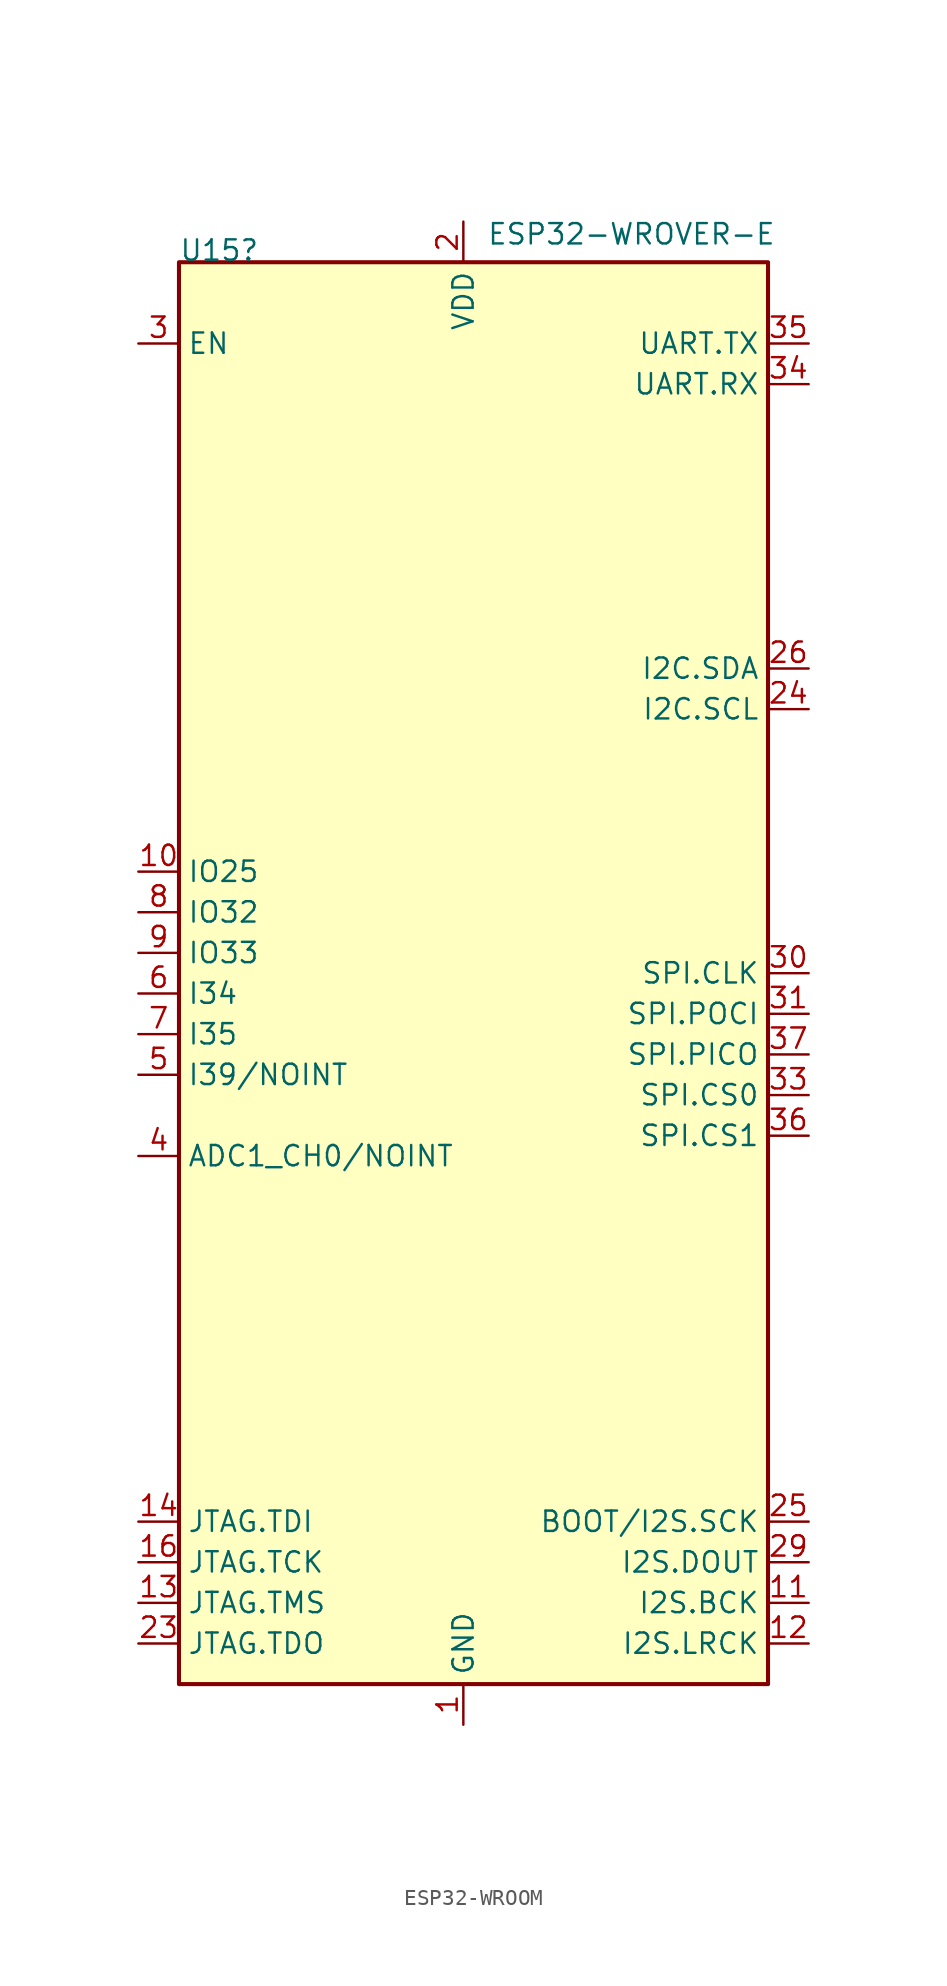
<source format=kicad_sym>
(kicad_symbol_lib
  (version 20241209)
  (generator "kicad_symbol_editor")
  (generator_version "9.0")
  (symbol "ESP32-WROOM"
    (property "Reference" "U15"
      (at -17.78 33.02 0)
      (effects (font (size 1.27 1.27)) (justify left bottom)))
    (property "Value" "ESP32-WROVER-E"
      (at 19.558 34.036 0)
      (effects (font (size 1.27 1.27)) (justify right bottom)))
    (symbol "ESP32-WROOM_0_1"
      (rectangle (start -17.78 33.02) (end 19.05 -55.88) (stroke (width 0.254) (type default)) (fill (type background))))
    (symbol "ESP32-WROOM_1_1"
      (pin input line (at -20.32 27.94 0) (length 2.54) (name "EN" (effects (font (size 1.27 1.27)))) (number "3" (effects (font (size 1.27 1.27)))))
      (pin bidirectional line (at -20.32 -5.08 0) (length 2.54) (name "IO25" (effects (font (size 1.27 1.27)))) (number "10" (effects (font (size 1.27 1.27)))))
      (pin bidirectional line (at -20.32 -7.62 0) (length 2.54) (name "IO32" (effects (font (size 1.27 1.27)))) (number "8" (effects (font (size 1.27 1.27)))))
      (pin bidirectional line (at -20.32 -10.16 0) (length 2.54) (name "IO33" (effects (font (size 1.27 1.27)))) (number "9" (effects (font (size 1.27 1.27)))))
      (pin input line (at -20.32 -12.7 0) (length 2.54) (name "I34" (effects (font (size 1.27 1.27)))) (number "6" (effects (font (size 1.27 1.27)))))
      (pin input line (at -20.32 -15.24 0) (length 2.54) (name "I35" (effects (font (size 1.27 1.27)))) (number "7" (effects (font (size 1.27 1.27)))))
      (pin input line (at -20.32 -17.78 0) (length 2.54) (name "I39/NOINT" (effects (font (size 1.27 1.27)))) (number "5" (effects (font (size 1.27 1.27)))))
      (pin input line (at -20.32 -22.86 0) (length 2.54) (name "ADC1_CH0/NOINT" (effects (font (size 1.27 1.27)))) (number "4" (effects (font (size 1.27 1.27)))))
      (pin bidirectional line (at -20.32 -45.72 0) (length 2.54) (name "JTAG.TDI" (effects (font (size 1.27 1.27)))) (number "14" (effects (font (size 1.27 1.27)))))
      (pin bidirectional line (at -20.32 -48.26 0) (length 2.54) (name "JTAG.TCK" (effects (font (size 1.27 1.27)))) (number "16" (effects (font (size 1.27 1.27)))))
      (pin bidirectional line (at -20.32 -50.8 0) (length 2.54) (name "JTAG.TMS" (effects (font (size 1.27 1.27)))) (number "13" (effects (font (size 1.27 1.27)))))
      (pin bidirectional line (at -20.32 -53.34 0) (length 2.54) (name "JTAG.TDO" (effects (font (size 1.27 1.27)))) (number "23" (effects (font (size 1.27 1.27)))))
      (pin no_connect line (at -17.78 21.59 0) (length 2.54) (hide yes) (name "SDO/SD0" (effects (font (size 1.27 1.27)))) (number "21" (effects (font (size 1.27 1.27)))))
      (pin no_connect line (at -17.78 19.05 0) (length 2.54) (hide yes) (name "SDI/SD1" (effects (font (size 1.27 1.27)))) (number "22" (effects (font (size 1.27 1.27)))))
      (pin no_connect line (at -17.78 16.51 0) (length 2.54) (hide yes) (name "SHD/SD2" (effects (font (size 1.27 1.27)))) (number "17" (effects (font (size 1.27 1.27)))))
      (pin no_connect line (at -17.78 13.97 0) (length 2.54) (hide yes) (name "SWP/SD3" (effects (font (size 1.27 1.27)))) (number "18" (effects (font (size 1.27 1.27)))))
      (pin no_connect line (at -17.78 11.43 0) (length 2.54) (hide yes) (name "SCK/CLK" (effects (font (size 1.27 1.27)))) (number "20" (effects (font (size 1.27 1.27)))))
      (pin no_connect line (at -17.78 8.89 0) (length 2.54) (hide yes) (name "SCS/CMD" (effects (font (size 1.27 1.27)))) (number "19" (effects (font (size 1.27 1.27)))))
      (pin no_connect line (at -17.78 6.35 0) (length 2.54) (hide yes) (name "IO16" (effects (font (size 1.27 1.27)))) (number "27" (effects (font (size 1.27 1.27)))))
      (pin no_connect line (at -17.78 3.81 0) (length 2.54) (hide yes) (name "IO17" (effects (font (size 1.27 1.27)))) (number "28" (effects (font (size 1.27 1.27)))))
      (pin no_connect line (at -17.78 1.27 0) (length 2.54) (hide yes) (name "NC" (effects (font (size 1.27 1.27)))) (number "32" (effects (font (size 1.27 1.27)))))
      (pin power_in line (at 0 35.56 270) (length 2.54) (name "VDD" (effects (font (size 1.27 1.27)))) (number "2" (effects (font (size 1.27 1.27)))))
      (pin power_in line (at 0 -58.42 90) (length 2.54) (name "GND" (effects (font (size 1.27 1.27)))) (number "1" (effects (font (size 1.27 1.27)))))
      (pin power_in line (at 0 -58.42 90) (length 2.54) (hide yes) (name "GND" (effects (font (size 1.27 1.27)))) (number "15" (effects (font (size 1.27 1.27)))))
      (pin power_in line (at 0 -58.42 90) (length 2.54) (hide yes) (name "GND" (effects (font (size 1.27 1.27)))) (number "38" (effects (font (size 1.27 1.27)))))
      (pin power_in line (at 0 -58.42 90) (length 2.54) (hide yes) (name "GND" (effects (font (size 1.27 1.27)))) (number "39" (effects (font (size 1.27 1.27)))))
      (pin bidirectional line (at 21.59 27.94 180) (length 2.54) (name "UART.TX" (effects (font (size 1.27 1.27)))) (number "35" (effects (font (size 1.27 1.27)))))
      (pin bidirectional line (at 21.59 25.4 180) (length 2.54) (name "UART.RX" (effects (font (size 1.27 1.27)))) (number "34" (effects (font (size 1.27 1.27)))))
      (pin bidirectional line (at 21.59 7.62 180) (length 2.54) (name "I2C.SDA" (effects (font (size 1.27 1.27)))) (number "26" (effects (font (size 1.27 1.27)))))
      (pin bidirectional line (at 21.59 5.08 180) (length 2.54) (name "I2C.SCL" (effects (font (size 1.27 1.27)))) (number "24" (effects (font (size 1.27 1.27)))))
      (pin bidirectional line (at 21.59 -11.43 180) (length 2.54) (name "SPI.CLK" (effects (font (size 1.27 1.27)))) (number "30" (effects (font (size 1.27 1.27)))))
      (pin bidirectional line (at 21.59 -13.97 180) (length 2.54) (name "SPI.POCI" (effects (font (size 1.27 1.27)))) (number "31" (effects (font (size 1.27 1.27)))))
      (pin bidirectional line (at 21.59 -16.51 180) (length 2.54) (name "SPI.PICO" (effects (font (size 1.27 1.27)))) (number "37" (effects (font (size 1.27 1.27)))))
      (pin bidirectional line (at 21.59 -19.05 180) (length 2.54) (name "SPI.CS0" (effects (font (size 1.27 1.27)))) (number "33" (effects (font (size 1.27 1.27)))))
      (pin bidirectional line (at 21.59 -21.59 180) (length 2.54) (name "SPI.CS1" (effects (font (size 1.27 1.27)))) (number "36" (effects (font (size 1.27 1.27)))))
      (pin bidirectional line (at 21.59 -45.72 180) (length 2.54) (name "BOOT/I2S.SCK" (effects (font (size 1.27 1.27)))) (number "25" (effects (font (size 1.27 1.27)))))
      (pin bidirectional line (at 21.59 -48.26 180) (length 2.54) (name "I2S.DOUT" (effects (font (size 1.27 1.27)))) (number "29" (effects (font (size 1.27 1.27)))))
      (pin bidirectional line (at 21.59 -50.8 180) (length 2.54) (name "I2S.BCK" (effects (font (size 1.27 1.27)))) (number "11" (effects (font (size 1.27 1.27)))))
      (pin bidirectional line (at 21.59 -53.34 180) (length 2.54) (name "I2S.LRCK" (effects (font (size 1.27 1.27)))) (number "12" (effects (font (size 1.27 1.27))))))))
</source>
